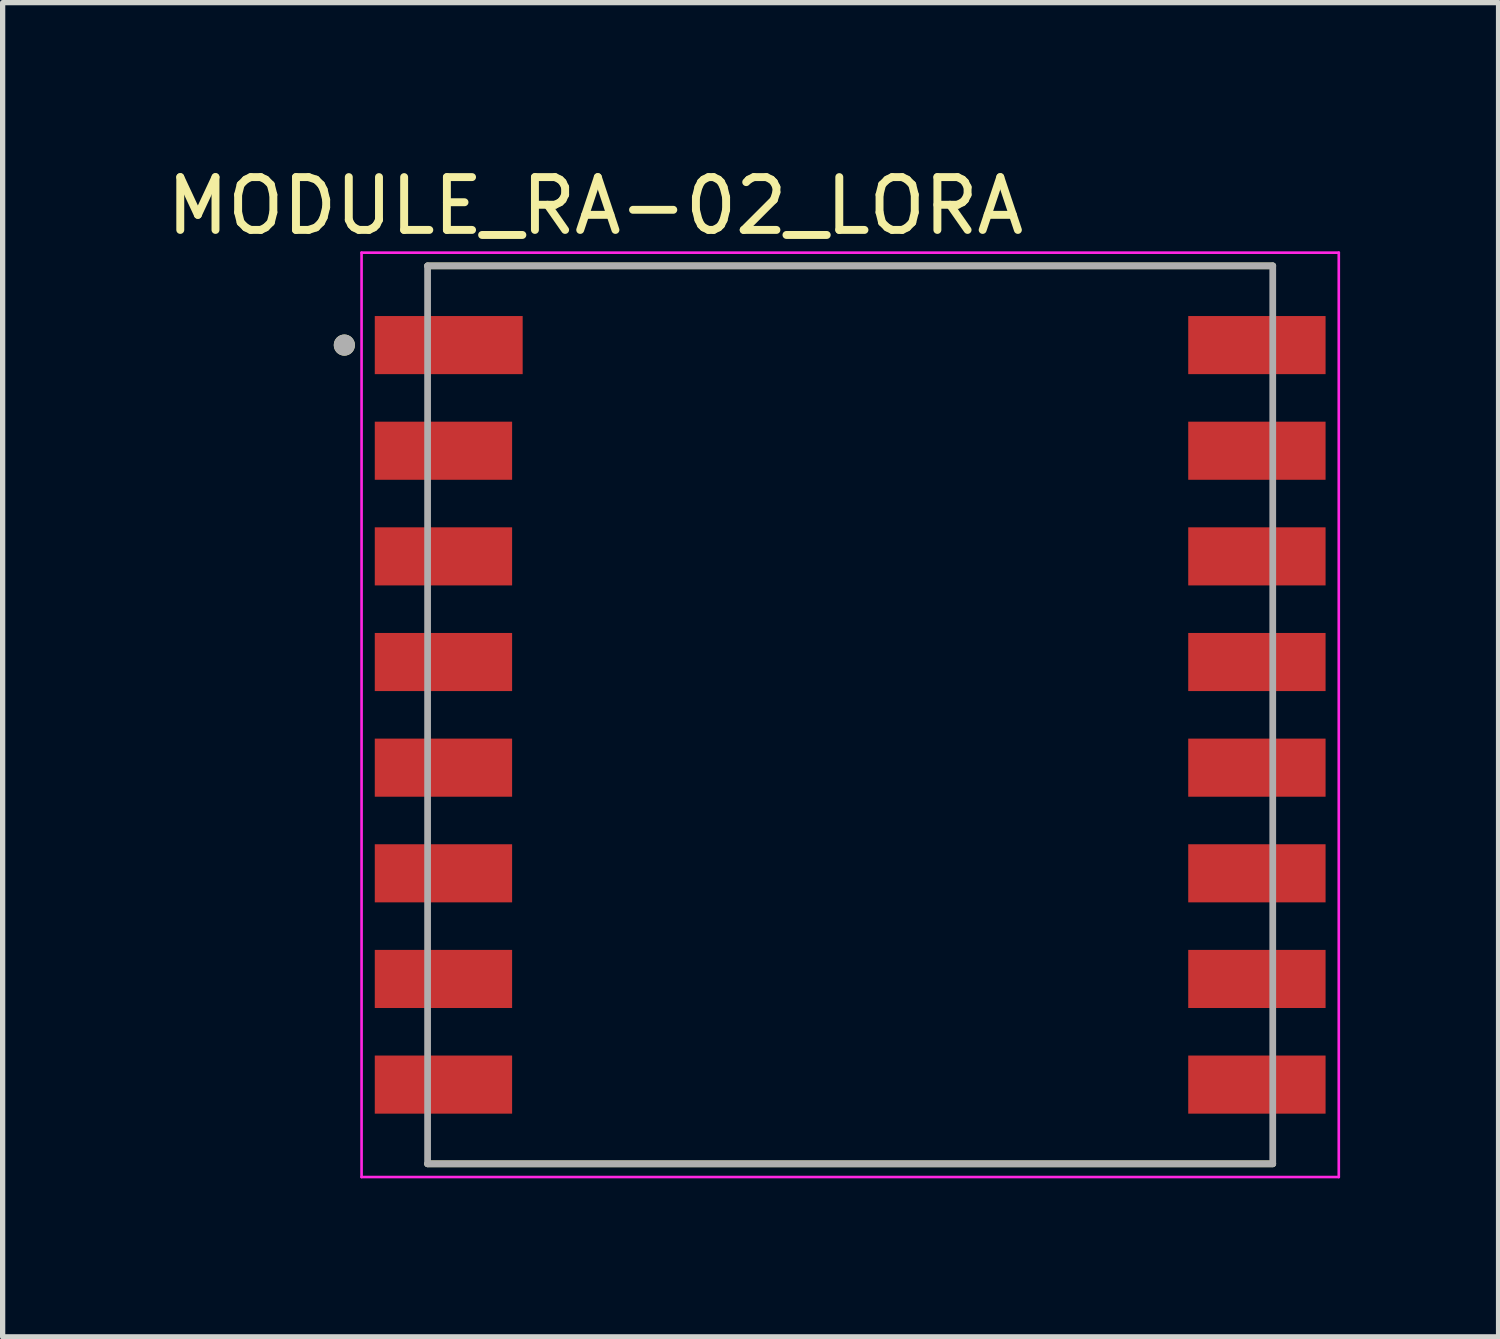
<source format=kicad_pcb>
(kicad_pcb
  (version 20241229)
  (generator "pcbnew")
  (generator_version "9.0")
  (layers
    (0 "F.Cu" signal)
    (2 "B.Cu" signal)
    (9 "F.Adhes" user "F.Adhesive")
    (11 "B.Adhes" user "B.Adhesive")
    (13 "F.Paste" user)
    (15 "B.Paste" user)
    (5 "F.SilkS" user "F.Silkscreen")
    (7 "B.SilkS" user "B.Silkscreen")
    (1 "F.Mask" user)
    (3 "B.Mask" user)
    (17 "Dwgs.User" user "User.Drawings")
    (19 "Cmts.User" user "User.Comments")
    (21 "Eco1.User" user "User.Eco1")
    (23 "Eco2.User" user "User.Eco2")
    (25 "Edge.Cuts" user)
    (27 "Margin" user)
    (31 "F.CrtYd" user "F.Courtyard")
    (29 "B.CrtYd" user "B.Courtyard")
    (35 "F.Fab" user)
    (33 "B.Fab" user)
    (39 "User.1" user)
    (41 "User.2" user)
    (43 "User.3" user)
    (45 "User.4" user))
  (footprint "MODULE_RA-02_LORA"
    (layer "F.Cu")
    (at 13.045 10.483)
    (property "Reference" "MODULE_RA-02_LORA" (at -4.825 -9.635 0) (layer "F.SilkS") (effects (font (size 1 1) (thickness 0.15))))
    (attr smd)
    (fp_line (start -8 -8.5) (end 8 -8.5) (stroke (width 0.127) (type solid)) (layer "F.SilkS"))
    (fp_line (start -8 8.5) (end 8 8.5) (stroke (width 0.127) (type solid)) (layer "F.SilkS"))
    (fp_circle (center -9.576 -7) (end -9.476 -7) (stroke (width 0.2) (type solid)) (fill no) (layer "F.SilkS"))
    (fp_line (start -9.25 -8.75) (end 9.25 -8.75) (stroke (width 0.05) (type solid)) (layer "F.CrtYd"))
    (fp_line (start -9.25 8.75) (end -9.25 -8.75) (stroke (width 0.05) (type solid)) (layer "F.CrtYd"))
    (fp_line (start 9.25 -8.75) (end 9.25 8.75) (stroke (width 0.05) (type solid)) (layer "F.CrtYd"))
    (fp_line (start 9.25 8.75) (end -9.25 8.75) (stroke (width 0.05) (type solid)) (layer "F.CrtYd"))
    (fp_line (start -8 -8.5) (end 8 -8.5) (stroke (width 0.127) (type solid)) (layer "F.Fab"))
    (fp_line (start -8 8.5) (end -8 -8.5) (stroke (width 0.127) (type solid)) (layer "F.Fab"))
    (fp_line (start 8 -8.5) (end 8 8.5) (stroke (width 0.127) (type solid)) (layer "F.Fab"))
    (fp_line (start 8 8.5) (end -8 8.5) (stroke (width 0.127) (type solid)) (layer "F.Fab"))
    (fp_circle (center -9.576 -7) (end -9.476 -7) (stroke (width 0.2) (type solid)) (fill no) (layer "F.Fab"))
    (pad "1" smd rect (at -7.6 -7) (size 2.8 1.1) (layers "F.Cu" "F.Mask" "F.Paste"))
    (pad "2" smd rect (at -7.7 -5) (size 2.6 1.1) (layers "F.Cu" "F.Mask" "F.Paste"))
    (pad "3" smd rect (at -7.7 -3) (size 2.6 1.1) (layers "F.Cu" "F.Mask" "F.Paste"))
    (pad "4" smd rect (at -7.7 -1) (size 2.6 1.1) (layers "F.Cu" "F.Mask" "F.Paste"))
    (pad "5" smd rect (at -7.7 1) (size 2.6 1.1) (layers "F.Cu" "F.Mask" "F.Paste"))
    (pad "6" smd rect (at -7.7 3) (size 2.6 1.1) (layers "F.Cu" "F.Mask" "F.Paste"))
    (pad "7" smd rect (at -7.7 5) (size 2.6 1.1) (layers "F.Cu" "F.Mask" "F.Paste"))
    (pad "8" smd rect (at -7.7 7) (size 2.6 1.1) (layers "F.Cu" "F.Mask" "F.Paste"))
    (pad "9" smd rect (at 7.7 7) (size 2.6 1.1) (layers "F.Cu" "F.Mask" "F.Paste"))
    (pad "10" smd rect (at 7.7 5) (size 2.6 1.1) (layers "F.Cu" "F.Mask" "F.Paste"))
    (pad "11" smd rect (at 7.7 3) (size 2.6 1.1) (layers "F.Cu" "F.Mask" "F.Paste"))
    (pad "12" smd rect (at 7.7 1) (size 2.6 1.1) (layers "F.Cu" "F.Mask" "F.Paste"))
    (pad "13" smd rect (at 7.7 -1) (size 2.6 1.1) (layers "F.Cu" "F.Mask" "F.Paste"))
    (pad "14" smd rect (at 7.7 -3) (size 2.6 1.1) (layers "F.Cu" "F.Mask" "F.Paste"))
    (pad "15" smd rect (at 7.7 -5) (size 2.6 1.1) (layers "F.Cu" "F.Mask" "F.Paste"))
    (pad "16" smd rect (at 7.7 -7) (size 2.6 1.1) (layers "F.Cu" "F.Mask" "F.Paste")))
  (gr_rect
    (start -3 -3)
    (end 25.32 22.258)
    (stroke (width 0.1) (type default))
    (fill no)
    (layer "Edge.Cuts")))
</source>
